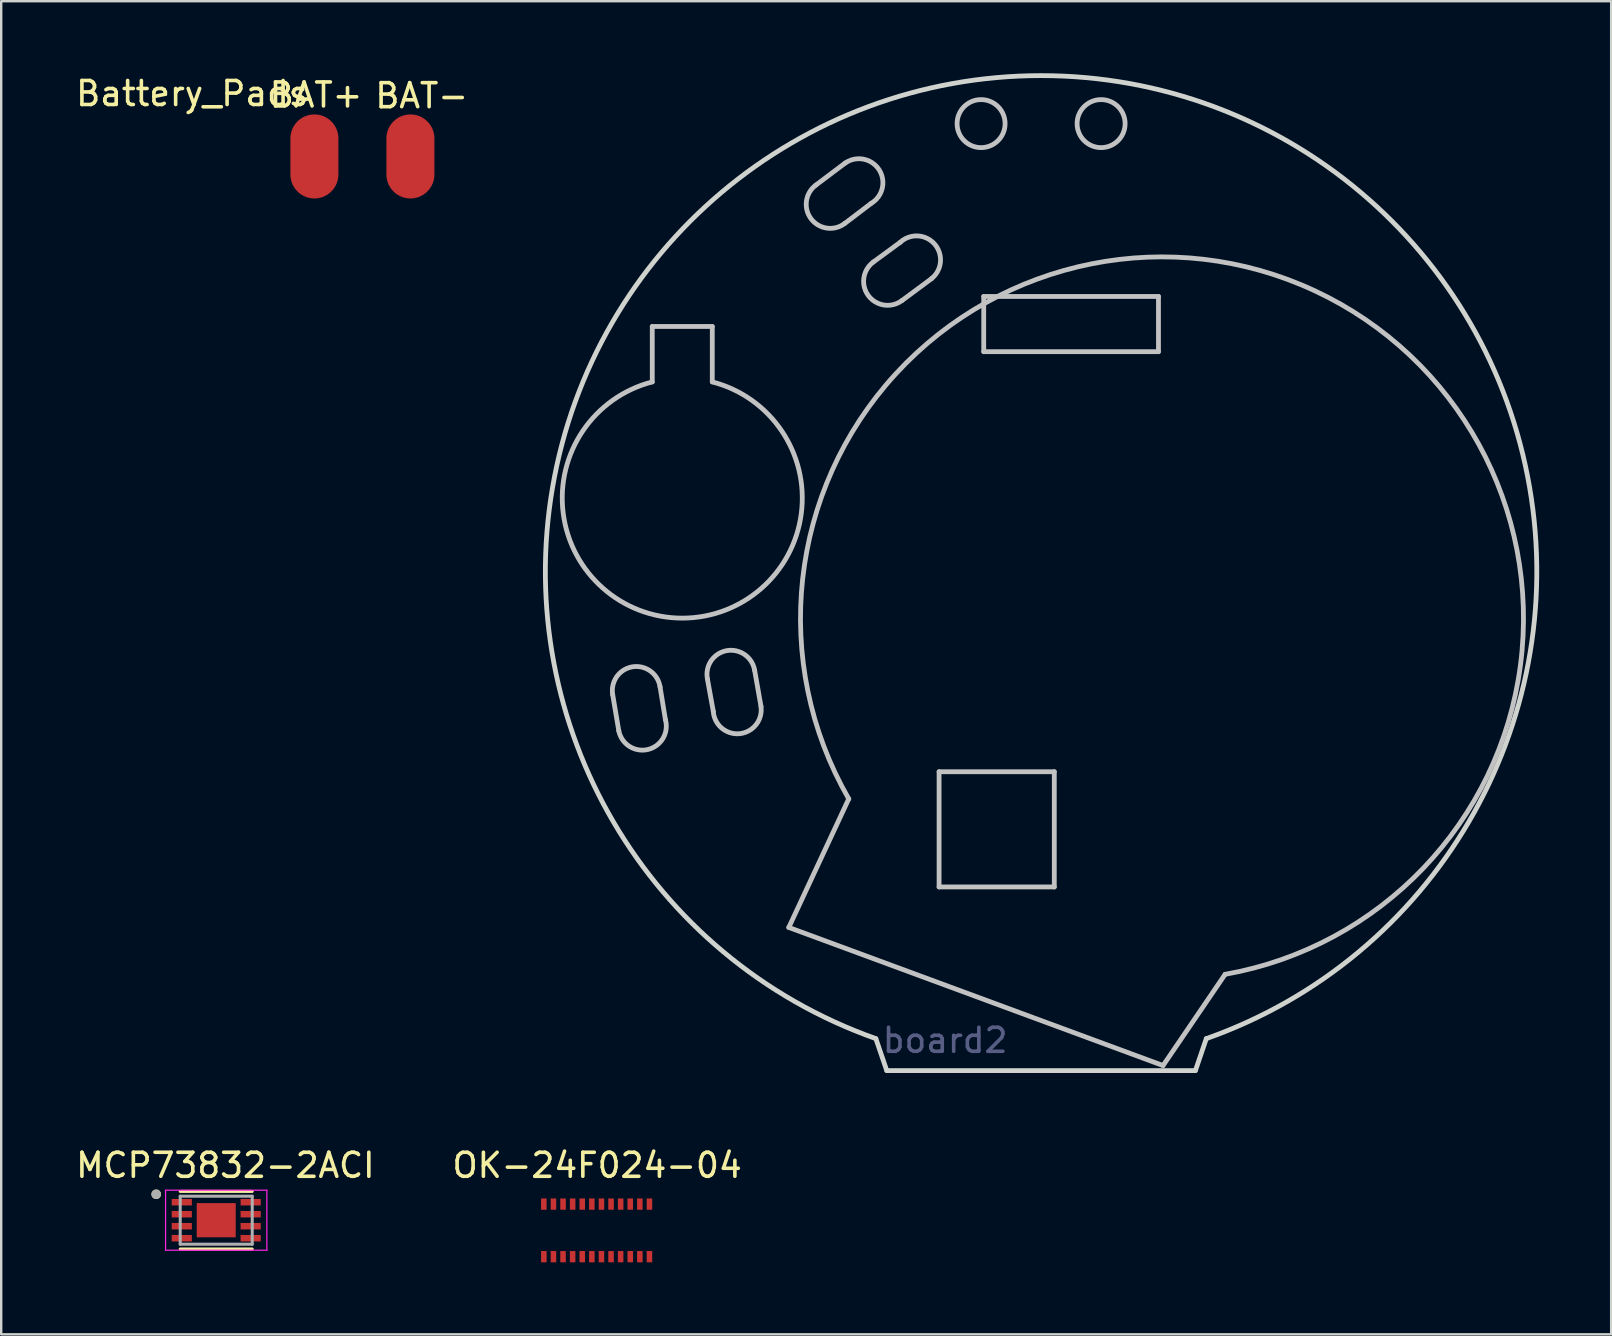
<source format=kicad_pcb>
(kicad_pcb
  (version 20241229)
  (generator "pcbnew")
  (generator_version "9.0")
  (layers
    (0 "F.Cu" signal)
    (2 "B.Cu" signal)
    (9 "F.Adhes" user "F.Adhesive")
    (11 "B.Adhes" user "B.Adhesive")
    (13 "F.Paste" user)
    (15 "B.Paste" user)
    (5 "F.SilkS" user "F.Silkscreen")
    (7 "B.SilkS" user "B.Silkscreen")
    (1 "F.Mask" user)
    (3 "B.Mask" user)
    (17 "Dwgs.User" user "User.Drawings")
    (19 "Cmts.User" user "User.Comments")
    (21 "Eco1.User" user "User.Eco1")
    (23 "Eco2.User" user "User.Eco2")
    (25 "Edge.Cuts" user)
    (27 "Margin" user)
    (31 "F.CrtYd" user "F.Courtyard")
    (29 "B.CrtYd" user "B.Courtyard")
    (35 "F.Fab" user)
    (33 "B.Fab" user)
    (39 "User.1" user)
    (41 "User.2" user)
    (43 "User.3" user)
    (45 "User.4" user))
  (footprint "OK-24F024-04"
    (layer "F.Cu")
    (at 21.807 48.209)
    (property "Reference" "OK-24F024-04" (at 0.02 -2.71 0) (layer "F.SilkS") (effects (font (size 1 1) (thickness 0.15))))
    (attr through_hole)
    (pad "1" smd rect (at -2.2 1.095) (size 0.23 0.47) (layers "F.Cu" "F.Mask" "F.Paste"))
    (pad "2" smd rect (at -1.8 1.095) (size 0.23 0.47) (layers "F.Cu" "F.Mask" "F.Paste"))
    (pad "3" smd rect (at -1.4 1.095) (size 0.23 0.47) (layers "F.Cu" "F.Mask" "F.Paste"))
    (pad "4" smd rect (at -1 1.095) (size 0.23 0.47) (layers "F.Cu" "F.Mask" "F.Paste"))
    (pad "5" smd rect (at -0.6 1.095) (size 0.23 0.47) (layers "F.Cu" "F.Mask" "F.Paste"))
    (pad "6" smd rect (at -0.2 1.095) (size 0.23 0.47) (layers "F.Cu" "F.Mask" "F.Paste"))
    (pad "7" smd rect (at 0.2 1.095) (size 0.23 0.47) (layers "F.Cu" "F.Mask" "F.Paste"))
    (pad "8" smd rect (at 0.6 1.095) (size 0.23 0.47) (layers "F.Cu" "F.Mask" "F.Paste"))
    (pad "9" smd rect (at 1 1.095) (size 0.23 0.47) (layers "F.Cu" "F.Mask" "F.Paste"))
    (pad "10" smd rect (at 1.4 1.095) (size 0.23 0.47) (layers "F.Cu" "F.Mask" "F.Paste"))
    (pad "11" smd rect (at 1.8 1.095) (size 0.23 0.47) (layers "F.Cu" "F.Mask" "F.Paste"))
    (pad "12" smd rect (at 2.2 1.095) (size 0.23 0.47) (layers "F.Cu" "F.Mask" "F.Paste"))
    (pad "13" smd rect (at 2.2 -1.095) (size 0.23 0.47) (layers "F.Cu" "F.Mask" "F.Paste"))
    (pad "14" smd rect (at 1.8 -1.095) (size 0.23 0.47) (layers "F.Cu" "F.Mask" "F.Paste"))
    (pad "15" smd rect (at 1.4 -1.095) (size 0.23 0.47) (layers "F.Cu" "F.Mask" "F.Paste"))
    (pad "16" smd rect (at 1 -1.095) (size 0.23 0.47) (layers "F.Cu" "F.Mask" "F.Paste"))
    (pad "17" smd rect (at 0.6 -1.095) (size 0.23 0.47) (layers "F.Cu" "F.Mask" "F.Paste"))
    (pad "18" smd rect (at 0.2 -1.095) (size 0.23 0.47) (layers "F.Cu" "F.Mask" "F.Paste"))
    (pad "19" smd rect (at -0.2 -1.095) (size 0.23 0.47) (layers "F.Cu" "F.Mask" "F.Paste"))
    (pad "20" smd rect (at -0.6 -1.095) (size 0.23 0.47) (layers "F.Cu" "F.Mask" "F.Paste"))
    (pad "21" smd rect (at -1 -1.095) (size 0.23 0.47) (layers "F.Cu" "F.Mask" "F.Paste"))
    (pad "22" smd rect (at -1.4 -1.095) (size 0.23 0.47) (layers "F.Cu" "F.Mask" "F.Paste"))
    (pad "23" smd rect (at -1.8 -1.095) (size 0.23 0.47) (layers "F.Cu" "F.Mask" "F.Paste"))
    (pad "24" smd rect (at -2.2 -1.095) (size 0.23 0.47) (layers "F.Cu" "F.Mask" "F.Paste")))
  (footprint "MCP73832-2ACI"
    (layer "F.Cu")
    (at 5.958 47.785)
    (property "Reference" "MCP73832-2ACI" (at 0.381 -2.286 0) (layer "F.SilkS") (effects (font (size 1 1) (thickness 0.15))))
    (attr through_hole)
    (fp_line (start -1.5 -1.2) (end 1.5 -1.2) (stroke (width 0.127) (type solid)) (layer "F.SilkS"))
    (fp_line (start 1.5 1.2) (end -1.5 1.2) (stroke (width 0.127) (type solid)) (layer "F.SilkS"))
    (fp_circle (center -2.5 -1.08) (end -2.4 -1.08) (stroke (width 0.2) (type solid)) (fill no) (layer "F.SilkS"))
    (fp_poly (pts (xy -0.665 -0.49) (xy -0.075 -0.49) (xy -0.075 0.49) (xy -0.665 0.49)) (stroke (width 0.01) (type solid)) (fill yes) (layer "F.Paste"))
    (fp_poly (pts (xy 0.075 -0.49) (xy 0.665 -0.49) (xy 0.665 0.49) (xy 0.075 0.49)) (stroke (width 0.01) (type solid)) (fill yes) (layer "F.Paste"))
    (fp_line (start -2.11 -1.25) (end 2.11 -1.25) (stroke (width 0.05) (type solid)) (layer "F.CrtYd"))
    (fp_line (start -2.11 1.25) (end -2.11 -1.25) (stroke (width 0.05) (type solid)) (layer "F.CrtYd"))
    (fp_line (start 2.11 -1.25) (end 2.11 1.25) (stroke (width 0.05) (type solid)) (layer "F.CrtYd"))
    (fp_line (start 2.11 1.25) (end -2.11 1.25) (stroke (width 0.05) (type solid)) (layer "F.CrtYd"))
    (fp_line (start -1.5 -1) (end 1.5 -1) (stroke (width 0.127) (type solid)) (layer "F.Fab"))
    (fp_line (start -1.5 1) (end -1.5 -1) (stroke (width 0.127) (type solid)) (layer "F.Fab"))
    (fp_line (start 1.5 -1) (end 1.5 1) (stroke (width 0.127) (type solid)) (layer "F.Fab"))
    (fp_line (start 1.5 1) (end -1.5 1) (stroke (width 0.127) (type solid)) (layer "F.Fab"))
    (fp_circle (center -2.5 -1.08) (end -2.4 -1.08) (stroke (width 0.2) (type solid)) (fill no) (layer "F.Fab"))
    (pad "1" smd rect (at -1.435 -0.75) (size 0.84 0.27) (layers "F.Cu" "F.Mask" "F.Paste"))
    (pad "2" smd rect (at -1.435 -0.25) (size 0.84 0.27) (layers "F.Cu" "F.Mask" "F.Paste"))
    (pad "3" smd rect (at -1.435 0.25) (size 0.84 0.27) (layers "F.Cu" "F.Mask" "F.Paste"))
    (pad "4" smd rect (at -1.435 0.75) (size 0.84 0.27) (layers "F.Cu" "F.Mask" "F.Paste"))
    (pad "5" smd rect (at 1.435 0.75) (size 0.84 0.27) (layers "F.Cu" "F.Mask" "F.Paste"))
    (pad "6" smd rect (at 1.435 0.25) (size 0.84 0.27) (layers "F.Cu" "F.Mask" "F.Paste"))
    (pad "7" smd rect (at 1.435 -0.25) (size 0.84 0.27) (layers "F.Cu" "F.Mask" "F.Paste"))
    (pad "8" smd rect (at 1.435 -0.75) (size 0.84 0.27) (layers "F.Cu" "F.Mask" "F.Paste"))
    (pad "9" smd rect (at 0 0) (size 1.625 1.425) (layers "F.Cu" "F.Mask")))
  (footprint "Battery_Pads"
    (layer "F.Cu")
    (at 12.048 3.468)
    (property "Reference" "Battery_Pads" (at -7.09 -2.62 0) (layer "F.SilkS") (effects (font (size 1 1) (thickness 0.15))))
    (attr through_hole)
    (fp_text user "BAT-" (at 2.47 -2.53 0) (layer "F.SilkS") (effects (font (size 1 1) (thickness 0.15))))
    (fp_text user "BAT+" (at -1.93 -2.56 0) (layer "F.SilkS") (effects (font (size 1 1) (thickness 0.15))))
    (pad "1" smd oval (at -2 0) (size 2 3.5) (layers "F.Cu" "F.Mask" "F.Paste"))
    (pad "2" smd oval (at 2 0) (size 2 3.5) (layers "F.Cu" "F.Mask" "F.Paste")))
  (footprint "board2"
    (layer "F.Cu")
    (at 40.154 21.422)
    (property "Reference" "board2" (at -3.83 18.87 0) (layer "B.Fab") (effects (font (size 1 1) (thickness 0.15))))
    (attr through_hole)
    (fp_line (start -17.424 5.979) (end -17.679 4.466) (stroke (width 0.2) (type solid)) (layer "Dwgs.User"))
    (fp_line (start -16.03 -10.87) (end -13.53 -10.87) (stroke (width 0.2) (type solid)) (layer "Dwgs.User"))
    (fp_line (start -16.03 -8.561) (end -16.03 -10.87) (stroke (width 0.2) (type solid)) (layer "Dwgs.User"))
    (fp_line (start -15.706 4.139) (end -15.483 5.505) (stroke (width 0.2) (type solid)) (layer "Dwgs.User"))
    (fp_line (start -13.735 3.8) (end -13.488 5.162) (stroke (width 0.2) (type solid)) (layer "Dwgs.User"))
    (fp_line (start -13.53 -10.87) (end -13.53 -8.561) (stroke (width 0.2) (type solid)) (layer "Dwgs.User"))
    (fp_line (start -11.5 4.959) (end -11.766 3.448) (stroke (width 0.2) (type solid)) (layer "Dwgs.User"))
    (fp_line (start -10.342 14.166) (end -7.844 8.808) (stroke (width 0.2) (type solid)) (layer "Dwgs.User"))
    (fp_line (start -8.013 -15.161) (end -6.911 -15.999) (stroke (width 0.2) (type solid)) (layer "Dwgs.User"))
    (fp_line (start -7.994 -17.679) (end -9.22 -16.756) (stroke (width 0.2) (type solid)) (layer "Dwgs.User"))
    (fp_line (start -6.816 -13.559) (end -5.7 -14.378) (stroke (width 0.2) (type solid)) (layer "Dwgs.User"))
    (fp_line (start -4.396 -12.863) (end -5.628 -11.95) (stroke (width 0.2) (type solid)) (layer "Dwgs.User"))
    (fp_line (start -4.081 7.679) (end -4.081 12.479) (stroke (width 0.2) (type solid)) (layer "Dwgs.User"))
    (fp_line (start -4.081 12.479) (end 0.719 12.479) (stroke (width 0.2) (type solid)) (layer "Dwgs.User"))
    (fp_line (start -2.221 -12.121) (end -2.221 -9.821) (stroke (width 0.2) (type solid)) (layer "Dwgs.User"))
    (fp_line (start -2.221 -9.821) (end 5.059 -9.821) (stroke (width 0.2) (type solid)) (layer "Dwgs.User"))
    (fp_line (start 0.719 7.679) (end -4.081 7.679) (stroke (width 0.2) (type solid)) (layer "Dwgs.User"))
    (fp_line (start 0.719 12.479) (end 0.719 7.679) (stroke (width 0.2) (type solid)) (layer "Dwgs.User"))
    (fp_line (start 5.059 -12.121) (end -2.221 -12.121) (stroke (width 0.2) (type solid)) (layer "Dwgs.User"))
    (fp_line (start 5.059 -9.821) (end 5.059 -12.121) (stroke (width 0.2) (type solid)) (layer "Dwgs.User"))
    (fp_line (start 5.25 19.92) (end -10.342 14.166) (stroke (width 0.2) (type solid)) (layer "Dwgs.User"))
    (fp_line (start 7.835 16.12) (end 5.25 19.92) (stroke (width 0.2) (type solid)) (layer "Dwgs.User"))
    (fp_arc (start -17.678836 4.466709) (mid -16.856631 3.313794) (end -15.705872 4.139014) (stroke (width 0.2) (type solid)) (layer "Dwgs.User"))
    (fp_arc (start -15.482871 5.504279) (mid -16.20693 6.750979) (end -17.424242 5.978532) (stroke (width 0.2) (type solid)) (layer "Dwgs.User"))
    (fp_arc (start -13.734734 3.80002) (mid -12.92664 2.63717) (end -11.765909 3.448306) (stroke (width 0.2) (type solid)) (layer "Dwgs.User"))
    (fp_arc (start -13.5262 -8.560246) (mid -14.781963 1.279999) (end -16.03 -8.561229) (stroke (width 0.2) (type solid)) (layer "Dwgs.User"))
    (fp_arc (start -11.500292 4.957845) (mid -12.388333 6.093584) (end -13.488333 5.161639) (stroke (width 0.2) (type solid)) (layer "Dwgs.User"))
    (fp_arc (start -8.012392 -15.161547) (mid -9.415358 -15.353701) (end -9.219531 -16.756159) (stroke (width 0.2) (type solid)) (layer "Dwgs.User"))
    (fp_arc (start -7.995069 -17.678088) (mid -6.579969 -17.402393) (end -6.911008 -15.999207) (stroke (width 0.2) (type solid)) (layer "Dwgs.User"))
    (fp_arc (start -7.842412 8.810901) (mid 11.569107 -12.358563) (end 7.835278 16.119706) (stroke (width 0.2) (type solid)) (layer "Dwgs.User"))
    (fp_arc (start -5.700281 -14.377563) (mid -4.260752 -14.298349) (end -4.396421 -12.86304) (stroke (width 0.2) (type solid)) (layer "Dwgs.User"))
    (fp_arc (start -5.62792 -11.949894) (mid -7.02844 -12.159131) (end -6.815537 -13.559099) (stroke (width 0.2) (type solid)) (layer "Dwgs.User"))
    (fp_circle (center -2.331 -19.322) (end -1.331 -19.322) (stroke (width 0.2) (type solid)) (fill no) (layer "Dwgs.User"))
    (fp_circle (center 2.669 -19.322) (end 3.669 -19.322) (stroke (width 0.2) (type solid)) (fill no) (layer "Dwgs.User"))
    (fp_line (start -6.261 20.129) (end -6.715 18.798) (stroke (width 0.2) (type solid)) (layer "Edge.Cuts"))
    (fp_line (start 6.598 20.129) (end -6.261 20.129) (stroke (width 0.2) (type solid)) (layer "Edge.Cuts"))
    (fp_line (start 7.052 18.798) (end 6.598 20.129) (stroke (width 0.2) (type solid)) (layer "Edge.Cuts"))
    (fp_arc (start -6.714815 18.798386) (mid 0.168602 -21.321753) (end 7.052018 18.798386) (stroke (width 0.2) (type solid)) (layer "Edge.Cuts")))
  (gr_rect
    (start -3 -3)
    (end 64.073 52.539)
    (stroke (width 0.1) (type default))
    (fill no)
    (layer "Edge.Cuts")))
</source>
